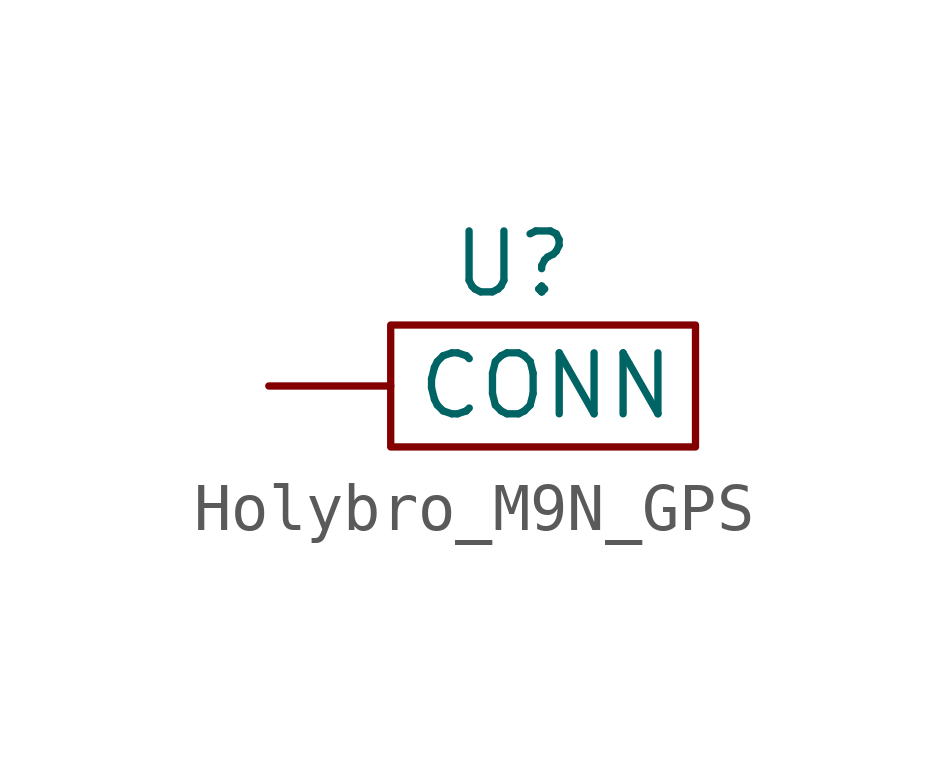
<source format=kicad_sym>
(kicad_symbol_lib
  (version 20231120)
  (generator "kicad_symbol_editor")
  (generator_version "8.0")
  (symbol "Holybro_M9N_GPS"
    (property "Reference" "U"
      (at 0 0 0)
      (effects (font (size 1.27 1.27))))
    (property "Value" ""
      (at 0 0 0)
      (effects (font (size 1.27 1.27))))
    (symbol "Holybro_M9N_GPS_0_1"
      (rectangle (start -2.54 -1.27) (end 3.81 -3.81) (stroke (width 0) (type default)) (fill (type none))))
    (symbol "Holybro_M9N_GPS_1_1"
      (pin bidirectional line (at -5.08 -2.54 0) (length 2.54) (name "CONN" (effects (font (size 1.27 1.27)))) (number "" (effects (font (size 1.27 1.27))))))))
</source>
